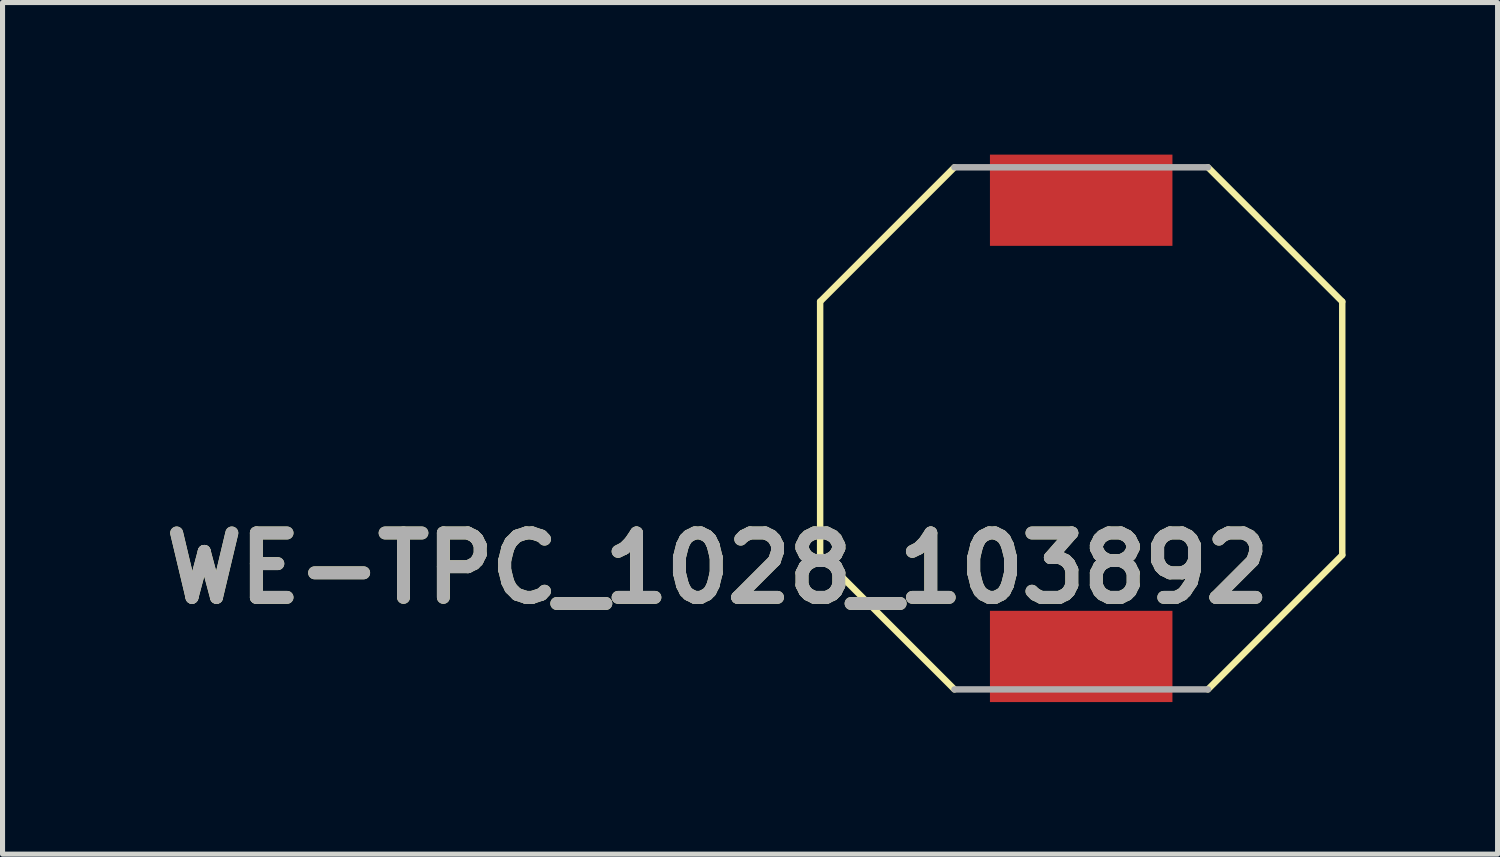
<source format=kicad_pcb>
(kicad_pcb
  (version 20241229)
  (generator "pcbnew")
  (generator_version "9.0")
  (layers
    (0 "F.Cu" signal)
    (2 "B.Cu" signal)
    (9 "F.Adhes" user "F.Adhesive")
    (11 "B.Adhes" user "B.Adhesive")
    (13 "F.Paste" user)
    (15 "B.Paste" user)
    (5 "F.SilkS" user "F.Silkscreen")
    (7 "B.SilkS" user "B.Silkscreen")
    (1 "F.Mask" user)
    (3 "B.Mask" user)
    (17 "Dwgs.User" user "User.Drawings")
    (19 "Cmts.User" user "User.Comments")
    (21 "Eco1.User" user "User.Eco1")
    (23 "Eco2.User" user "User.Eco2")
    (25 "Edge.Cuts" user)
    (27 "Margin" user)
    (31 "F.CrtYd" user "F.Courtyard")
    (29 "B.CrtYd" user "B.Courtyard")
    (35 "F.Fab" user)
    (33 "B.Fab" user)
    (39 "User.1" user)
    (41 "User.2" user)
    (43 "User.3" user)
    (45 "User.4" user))
  (footprint "WE-TPC_1028_103892"
    (layer "F.Cu")
    (at 18.279 5.4)
    (property "Reference" "WE-TPC_1028_103892" (at -7.17 2.76 0) (layer "F.SilkS") (effects (font (size 1.27 1.27) (thickness 0.254))))
    (attr smd)
    (fp_line (start -5.15 -2.5) (end -5.15 2.5) (stroke (width 0.127) (type solid)) (layer "F.SilkS"))
    (fp_line (start -5.15 2.5) (end -2.5 5.15) (stroke (width 0.127) (type solid)) (layer "F.SilkS"))
    (fp_line (start -2.5 -5.15) (end -5.15 -2.5) (stroke (width 0.127) (type solid)) (layer "F.SilkS"))
    (fp_line (start 2.5 -5.15) (end 5.15 -2.5) (stroke (width 0.127) (type solid)) (layer "F.SilkS"))
    (fp_line (start 2.5 5.15) (end 5.15 2.5) (stroke (width 0.127) (type solid)) (layer "F.SilkS"))
    (fp_line (start 5.15 2.5) (end 5.15 -2.5) (stroke (width 0.127) (type solid)) (layer "F.SilkS"))
    (fp_line (start -2.5 -5.15) (end 2.5 -5.15) (stroke (width 0.127) (type solid)) (layer "F.Fab"))
    (fp_line (start -2.5 5.15) (end 2.5 5.15) (stroke (width 0.127) (type solid)) (layer "F.Fab"))
    (fp_text user "${REFERENCE}" (at -7.17 2.76 0) (layer "F.Fab") (effects (font (size 1.27 1.27) (thickness 0.254))))
    (pad "1" smd rect (at 0 -4.5 90) (size 1.8 3.6) (layers "F.Cu" "F.Mask" "F.Paste"))
    (pad "2" smd rect (at 0 4.5 90) (size 1.8 3.6) (layers "F.Cu" "F.Mask" "F.Paste")))
  (gr_rect
    (start -3 -3)
    (end 26.493 13.8)
    (stroke (width 0.1) (type default))
    (fill no)
    (layer "Edge.Cuts")))
</source>
